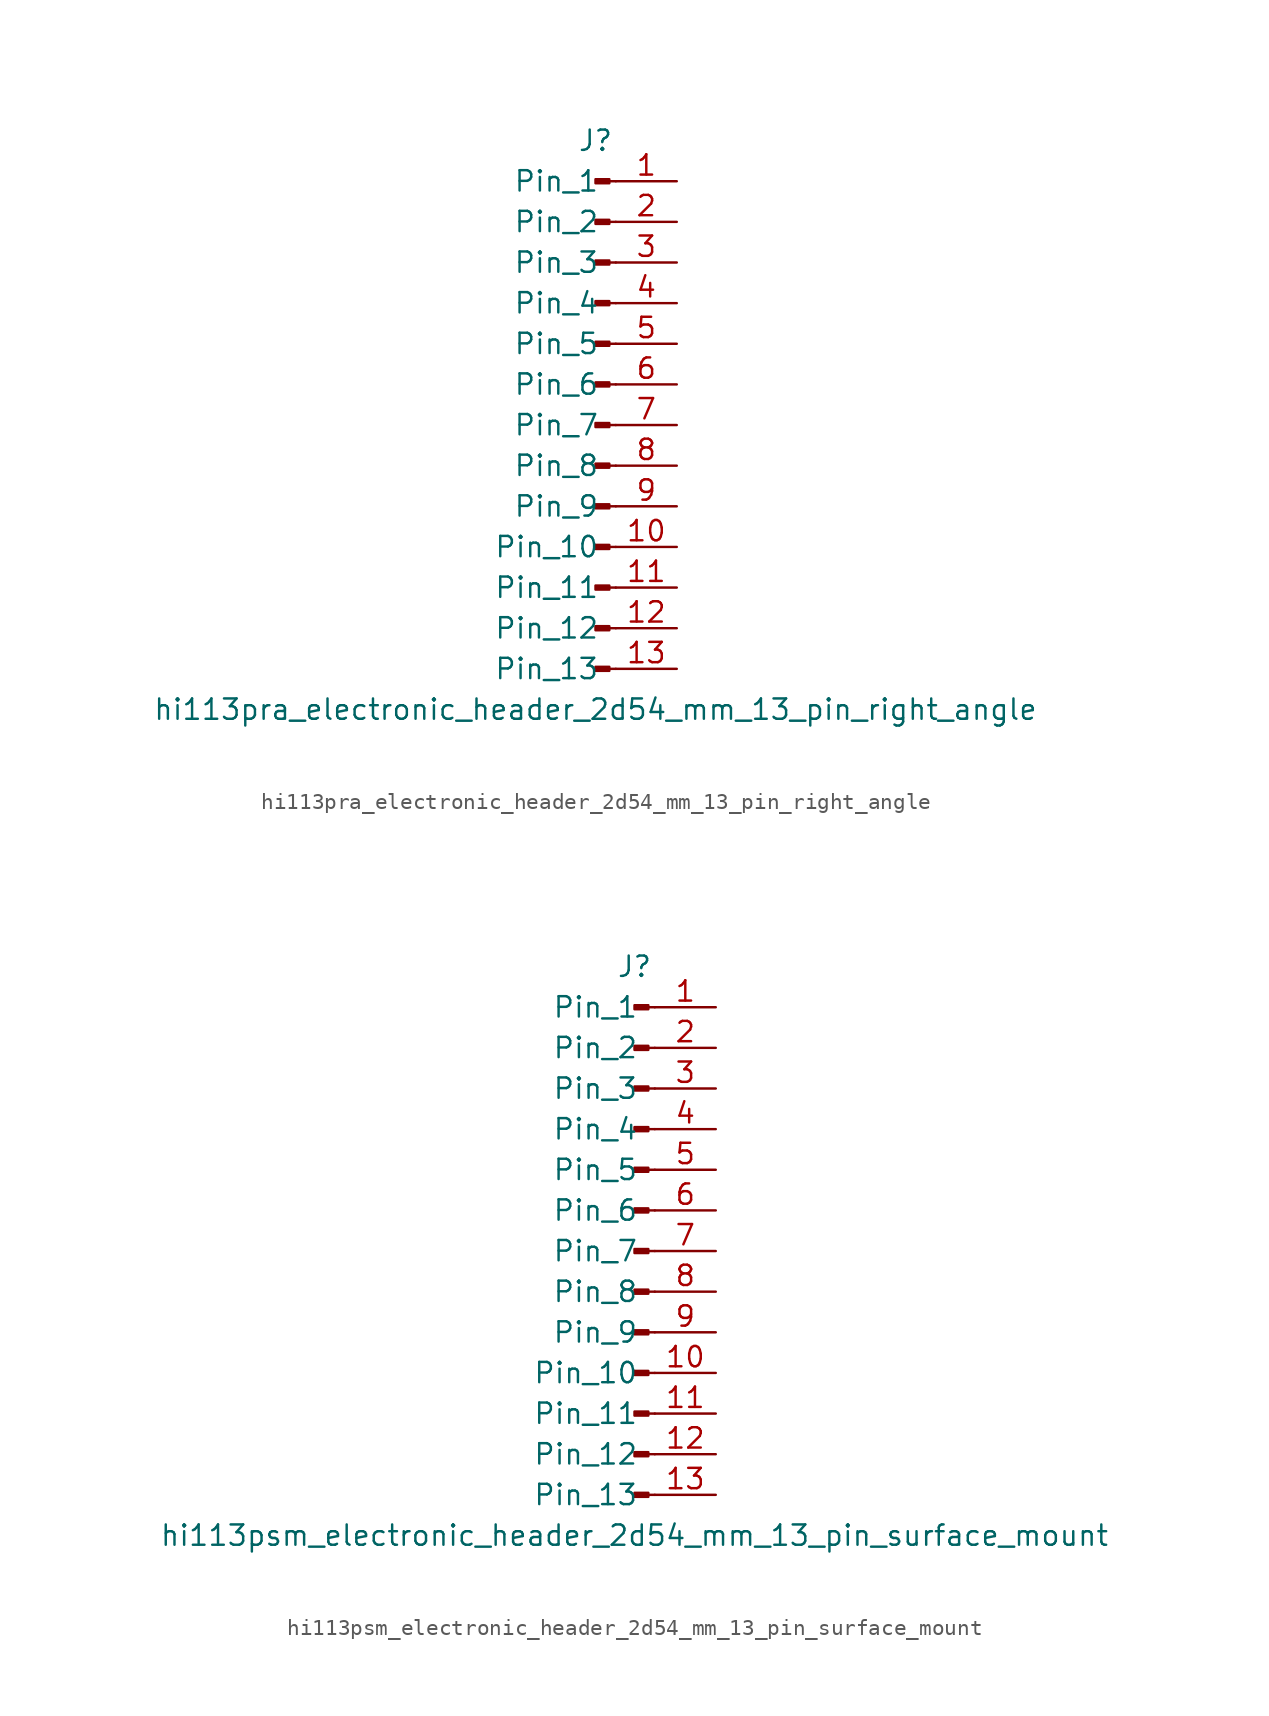
<source format=kicad_sym>
(kicad_symbol_lib
  (version 20220914)
  (generator kicad_symbol_editor)
  (symbol "hi113pra_electronic_header_2d54_mm_13_pin_right_angle"
    (pin_names
      (offset 1.016))
    (property "Reference" "J"
      (at 0 17.78 0)
      (effects (font (size 1.27 1.27))))
    (property "Value" "hi113pra_electronic_header_2d54_mm_13_pin_right_angle"
      (at 0 -17.78 0)
      (effects (font (size 1.27 1.27))))
    (property "ki_locked" ""
      (at 0 0 0)
      (effects (font (size 1.27 1.27))))
    (symbol "hi113pra_electronic_header_2d54_mm_13_pin_right_angle_1_1"
      (polyline (pts (xy 1.27 -15.24) (xy 0.864 -15.24)) (stroke (width 0.152) (type default)) (fill (type none)))
      (polyline (pts (xy 1.27 -12.7) (xy 0.864 -12.7)) (stroke (width 0.152) (type default)) (fill (type none)))
      (polyline (pts (xy 1.27 -10.16) (xy 0.864 -10.16)) (stroke (width 0.152) (type default)) (fill (type none)))
      (polyline (pts (xy 1.27 -7.62) (xy 0.864 -7.62)) (stroke (width 0.152) (type default)) (fill (type none)))
      (polyline (pts (xy 1.27 -5.08) (xy 0.864 -5.08)) (stroke (width 0.152) (type default)) (fill (type none)))
      (polyline (pts (xy 1.27 -2.54) (xy 0.864 -2.54)) (stroke (width 0.152) (type default)) (fill (type none)))
      (polyline (pts (xy 1.27 0) (xy 0.864 0)) (stroke (width 0.152) (type default)) (fill (type none)))
      (polyline (pts (xy 1.27 2.54) (xy 0.864 2.54)) (stroke (width 0.152) (type default)) (fill (type none)))
      (polyline (pts (xy 1.27 5.08) (xy 0.864 5.08)) (stroke (width 0.152) (type default)) (fill (type none)))
      (polyline (pts (xy 1.27 7.62) (xy 0.864 7.62)) (stroke (width 0.152) (type default)) (fill (type none)))
      (polyline (pts (xy 1.27 10.16) (xy 0.864 10.16)) (stroke (width 0.152) (type default)) (fill (type none)))
      (polyline (pts (xy 1.27 12.7) (xy 0.864 12.7)) (stroke (width 0.152) (type default)) (fill (type none)))
      (polyline (pts (xy 1.27 15.24) (xy 0.864 15.24)) (stroke (width 0.152) (type default)) (fill (type none)))
      (rectangle (start 0.864 -15.113) (end 0 -15.367) (stroke (width 0.152) (type default)) (fill (type outline)))
      (rectangle (start 0.864 -12.573) (end 0 -12.827) (stroke (width 0.152) (type default)) (fill (type outline)))
      (rectangle (start 0.864 -10.033) (end 0 -10.287) (stroke (width 0.152) (type default)) (fill (type outline)))
      (rectangle (start 0.864 -7.493) (end 0 -7.747) (stroke (width 0.152) (type default)) (fill (type outline)))
      (rectangle (start 0.864 -4.953) (end 0 -5.207) (stroke (width 0.152) (type default)) (fill (type outline)))
      (rectangle (start 0.864 -2.413) (end 0 -2.667) (stroke (width 0.152) (type default)) (fill (type outline)))
      (rectangle (start 0.864 0.127) (end 0 -0.127) (stroke (width 0.152) (type default)) (fill (type outline)))
      (rectangle (start 0.864 2.667) (end 0 2.413) (stroke (width 0.152) (type default)) (fill (type outline)))
      (rectangle (start 0.864 5.207) (end 0 4.953) (stroke (width 0.152) (type default)) (fill (type outline)))
      (rectangle (start 0.864 7.747) (end 0 7.493) (stroke (width 0.152) (type default)) (fill (type outline)))
      (rectangle (start 0.864 10.287) (end 0 10.033) (stroke (width 0.152) (type default)) (fill (type outline)))
      (rectangle (start 0.864 12.827) (end 0 12.573) (stroke (width 0.152) (type default)) (fill (type outline)))
      (rectangle (start 0.864 15.367) (end 0 15.113) (stroke (width 0.152) (type default)) (fill (type outline)))
      (pin passive line (at 5.08 15.24 180) (length 3.81) (name "Pin_1" (effects (font (size 1.27 1.27)))) (number "1" (effects (font (size 1.27 1.27)))))
      (pin passive line (at 5.08 -7.62 180) (length 3.81) (name "Pin_10" (effects (font (size 1.27 1.27)))) (number "10" (effects (font (size 1.27 1.27)))))
      (pin passive line (at 5.08 -10.16 180) (length 3.81) (name "Pin_11" (effects (font (size 1.27 1.27)))) (number "11" (effects (font (size 1.27 1.27)))))
      (pin passive line (at 5.08 -12.7 180) (length 3.81) (name "Pin_12" (effects (font (size 1.27 1.27)))) (number "12" (effects (font (size 1.27 1.27)))))
      (pin passive line (at 5.08 -15.24 180) (length 3.81) (name "Pin_13" (effects (font (size 1.27 1.27)))) (number "13" (effects (font (size 1.27 1.27)))))
      (pin passive line (at 5.08 12.7 180) (length 3.81) (name "Pin_2" (effects (font (size 1.27 1.27)))) (number "2" (effects (font (size 1.27 1.27)))))
      (pin passive line (at 5.08 10.16 180) (length 3.81) (name "Pin_3" (effects (font (size 1.27 1.27)))) (number "3" (effects (font (size 1.27 1.27)))))
      (pin passive line (at 5.08 7.62 180) (length 3.81) (name "Pin_4" (effects (font (size 1.27 1.27)))) (number "4" (effects (font (size 1.27 1.27)))))
      (pin passive line (at 5.08 5.08 180) (length 3.81) (name "Pin_5" (effects (font (size 1.27 1.27)))) (number "5" (effects (font (size 1.27 1.27)))))
      (pin passive line (at 5.08 2.54 180) (length 3.81) (name "Pin_6" (effects (font (size 1.27 1.27)))) (number "6" (effects (font (size 1.27 1.27)))))
      (pin passive line (at 5.08 0 180) (length 3.81) (name "Pin_7" (effects (font (size 1.27 1.27)))) (number "7" (effects (font (size 1.27 1.27)))))
      (pin passive line (at 5.08 -2.54 180) (length 3.81) (name "Pin_8" (effects (font (size 1.27 1.27)))) (number "8" (effects (font (size 1.27 1.27)))))
      (pin passive line (at 5.08 -5.08 180) (length 3.81) (name "Pin_9" (effects (font (size 1.27 1.27)))) (number "9" (effects (font (size 1.27 1.27)))))))
  (symbol "hi113psm_electronic_header_2d54_mm_13_pin_surface_mount"
    (pin_names
      (offset 1.016))
    (property "Reference" "J"
      (at 0 17.78 0)
      (effects (font (size 1.27 1.27))))
    (property "Value" "hi113psm_electronic_header_2d54_mm_13_pin_surface_mount"
      (at 0 -17.78 0)
      (effects (font (size 1.27 1.27))))
    (property "ki_locked" ""
      (at 0 0 0)
      (effects (font (size 1.27 1.27))))
    (symbol "hi113psm_electronic_header_2d54_mm_13_pin_surface_mount_1_1"
      (polyline (pts (xy 1.27 -15.24) (xy 0.864 -15.24)) (stroke (width 0.152) (type default)) (fill (type none)))
      (polyline (pts (xy 1.27 -12.7) (xy 0.864 -12.7)) (stroke (width 0.152) (type default)) (fill (type none)))
      (polyline (pts (xy 1.27 -10.16) (xy 0.864 -10.16)) (stroke (width 0.152) (type default)) (fill (type none)))
      (polyline (pts (xy 1.27 -7.62) (xy 0.864 -7.62)) (stroke (width 0.152) (type default)) (fill (type none)))
      (polyline (pts (xy 1.27 -5.08) (xy 0.864 -5.08)) (stroke (width 0.152) (type default)) (fill (type none)))
      (polyline (pts (xy 1.27 -2.54) (xy 0.864 -2.54)) (stroke (width 0.152) (type default)) (fill (type none)))
      (polyline (pts (xy 1.27 0) (xy 0.864 0)) (stroke (width 0.152) (type default)) (fill (type none)))
      (polyline (pts (xy 1.27 2.54) (xy 0.864 2.54)) (stroke (width 0.152) (type default)) (fill (type none)))
      (polyline (pts (xy 1.27 5.08) (xy 0.864 5.08)) (stroke (width 0.152) (type default)) (fill (type none)))
      (polyline (pts (xy 1.27 7.62) (xy 0.864 7.62)) (stroke (width 0.152) (type default)) (fill (type none)))
      (polyline (pts (xy 1.27 10.16) (xy 0.864 10.16)) (stroke (width 0.152) (type default)) (fill (type none)))
      (polyline (pts (xy 1.27 12.7) (xy 0.864 12.7)) (stroke (width 0.152) (type default)) (fill (type none)))
      (polyline (pts (xy 1.27 15.24) (xy 0.864 15.24)) (stroke (width 0.152) (type default)) (fill (type none)))
      (rectangle (start 0.864 -15.113) (end 0 -15.367) (stroke (width 0.152) (type default)) (fill (type outline)))
      (rectangle (start 0.864 -12.573) (end 0 -12.827) (stroke (width 0.152) (type default)) (fill (type outline)))
      (rectangle (start 0.864 -10.033) (end 0 -10.287) (stroke (width 0.152) (type default)) (fill (type outline)))
      (rectangle (start 0.864 -7.493) (end 0 -7.747) (stroke (width 0.152) (type default)) (fill (type outline)))
      (rectangle (start 0.864 -4.953) (end 0 -5.207) (stroke (width 0.152) (type default)) (fill (type outline)))
      (rectangle (start 0.864 -2.413) (end 0 -2.667) (stroke (width 0.152) (type default)) (fill (type outline)))
      (rectangle (start 0.864 0.127) (end 0 -0.127) (stroke (width 0.152) (type default)) (fill (type outline)))
      (rectangle (start 0.864 2.667) (end 0 2.413) (stroke (width 0.152) (type default)) (fill (type outline)))
      (rectangle (start 0.864 5.207) (end 0 4.953) (stroke (width 0.152) (type default)) (fill (type outline)))
      (rectangle (start 0.864 7.747) (end 0 7.493) (stroke (width 0.152) (type default)) (fill (type outline)))
      (rectangle (start 0.864 10.287) (end 0 10.033) (stroke (width 0.152) (type default)) (fill (type outline)))
      (rectangle (start 0.864 12.827) (end 0 12.573) (stroke (width 0.152) (type default)) (fill (type outline)))
      (rectangle (start 0.864 15.367) (end 0 15.113) (stroke (width 0.152) (type default)) (fill (type outline)))
      (pin passive line (at 5.08 15.24 180) (length 3.81) (name "Pin_1" (effects (font (size 1.27 1.27)))) (number "1" (effects (font (size 1.27 1.27)))))
      (pin passive line (at 5.08 -7.62 180) (length 3.81) (name "Pin_10" (effects (font (size 1.27 1.27)))) (number "10" (effects (font (size 1.27 1.27)))))
      (pin passive line (at 5.08 -10.16 180) (length 3.81) (name "Pin_11" (effects (font (size 1.27 1.27)))) (number "11" (effects (font (size 1.27 1.27)))))
      (pin passive line (at 5.08 -12.7 180) (length 3.81) (name "Pin_12" (effects (font (size 1.27 1.27)))) (number "12" (effects (font (size 1.27 1.27)))))
      (pin passive line (at 5.08 -15.24 180) (length 3.81) (name "Pin_13" (effects (font (size 1.27 1.27)))) (number "13" (effects (font (size 1.27 1.27)))))
      (pin passive line (at 5.08 12.7 180) (length 3.81) (name "Pin_2" (effects (font (size 1.27 1.27)))) (number "2" (effects (font (size 1.27 1.27)))))
      (pin passive line (at 5.08 10.16 180) (length 3.81) (name "Pin_3" (effects (font (size 1.27 1.27)))) (number "3" (effects (font (size 1.27 1.27)))))
      (pin passive line (at 5.08 7.62 180) (length 3.81) (name "Pin_4" (effects (font (size 1.27 1.27)))) (number "4" (effects (font (size 1.27 1.27)))))
      (pin passive line (at 5.08 5.08 180) (length 3.81) (name "Pin_5" (effects (font (size 1.27 1.27)))) (number "5" (effects (font (size 1.27 1.27)))))
      (pin passive line (at 5.08 2.54 180) (length 3.81) (name "Pin_6" (effects (font (size 1.27 1.27)))) (number "6" (effects (font (size 1.27 1.27)))))
      (pin passive line (at 5.08 0 180) (length 3.81) (name "Pin_7" (effects (font (size 1.27 1.27)))) (number "7" (effects (font (size 1.27 1.27)))))
      (pin passive line (at 5.08 -2.54 180) (length 3.81) (name "Pin_8" (effects (font (size 1.27 1.27)))) (number "8" (effects (font (size 1.27 1.27)))))
      (pin passive line (at 5.08 -5.08 180) (length 3.81) (name "Pin_9" (effects (font (size 1.27 1.27)))) (number "9" (effects (font (size 1.27 1.27))))))))
</source>
